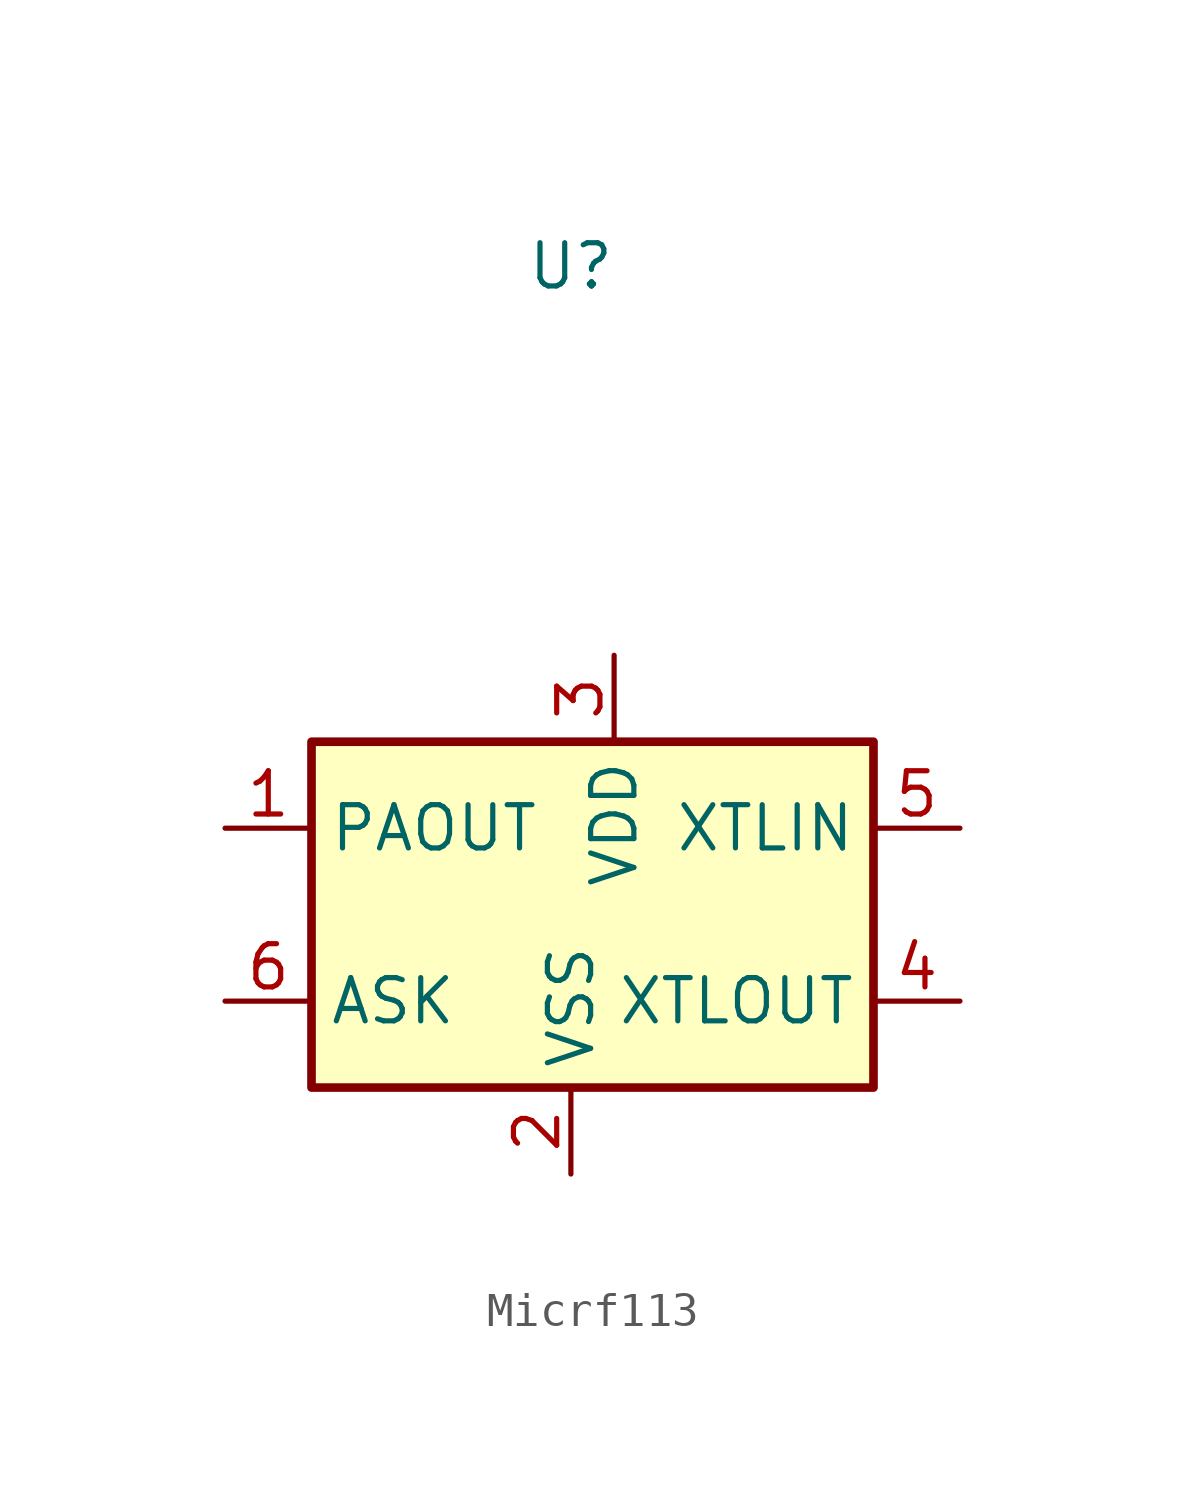
<source format=kicad_sym>
(kicad_symbol_lib
  (version 20220914)
  (generator kicad_symbol_editor)
  (symbol "Micrf113"
    (property "Reference" "U"
      (at 0 0 0)
      (effects (font (size 1.27 1.27))))
    (property "Value" ""
      (at 0 0 0)
      (effects (font (size 1.27 1.27))))
    (symbol "Micrf113_0_1"
      (rectangle (start -7.62 -13.97) (end 8.89 -24.13) (stroke (width 0.254) (type default)) (fill (type background))))
    (symbol "Micrf113_1_1"
      (pin output line (at -10.16 -16.51 0) (length 2.54) (name "PAOUT" (effects (font (size 1.27 1.27)))) (number "1" (effects (font (size 1.27 1.27)))))
      (pin power_in line (at 0 -26.67 90) (length 2.54) (name "VSS" (effects (font (size 1.27 1.27)))) (number "2" (effects (font (size 1.27 1.27)))))
      (pin power_in line (at 1.27 -11.43 270) (length 2.54) (name "VDD" (effects (font (size 1.27 1.27)))) (number "3" (effects (font (size 1.27 1.27)))))
      (pin input line (at 11.43 -21.59 180) (length 2.54) (name "XTLOUT" (effects (font (size 1.27 1.27)))) (number "4" (effects (font (size 1.27 1.27)))))
      (pin output line (at 11.43 -16.51 180) (length 2.54) (name "XTLIN" (effects (font (size 1.27 1.27)))) (number "5" (effects (font (size 1.27 1.27)))))
      (pin input line (at -10.16 -21.59 0) (length 2.54) (name "ASK" (effects (font (size 1.27 1.27)))) (number "6" (effects (font (size 1.27 1.27))))))))
</source>
